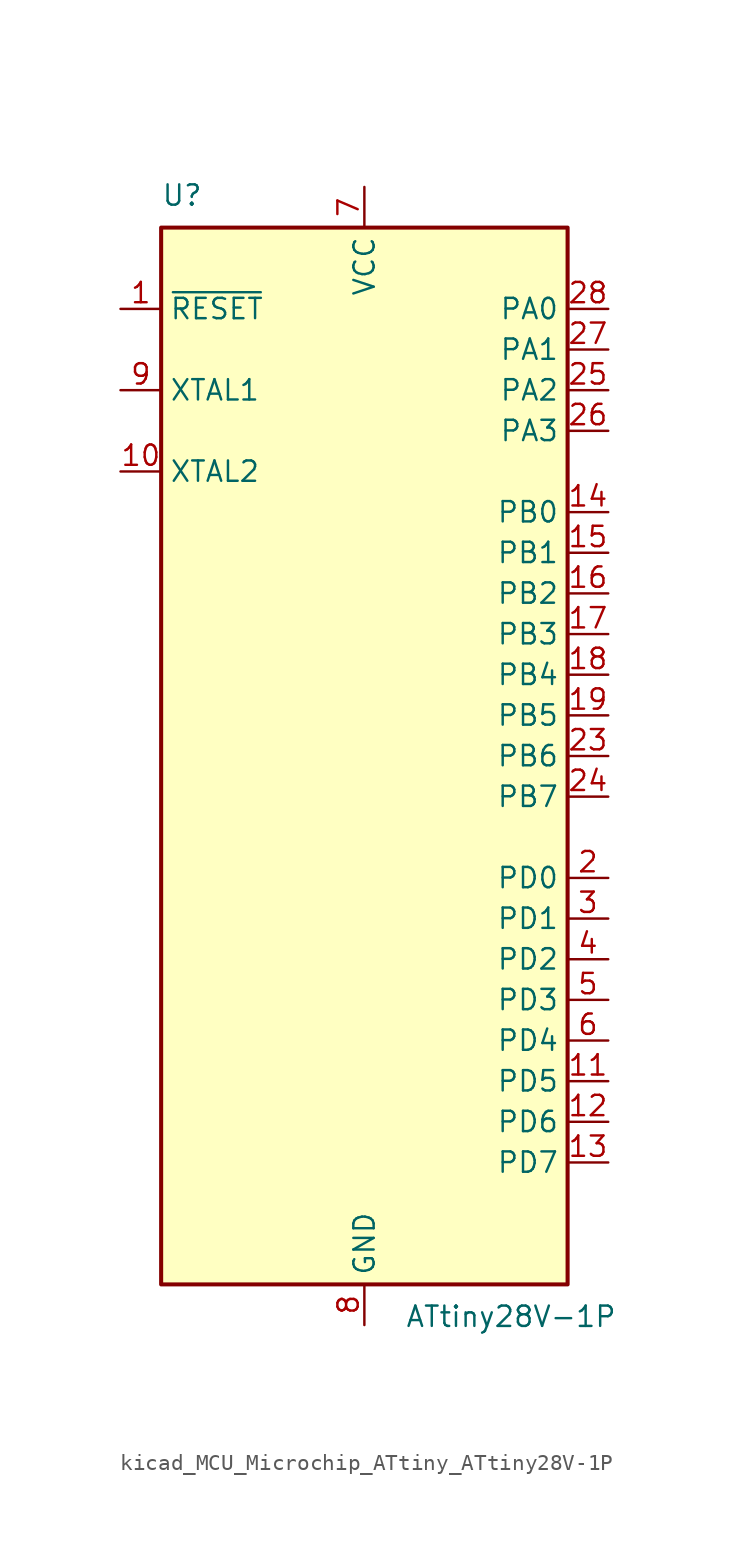
<source format=kicad_sym>
(kicad_symbol_lib
  (version 20220914)
  (generator kicad_symbol_editor)
  (symbol "kicad_MCU_Microchip_ATtiny_ATtiny28V-1P"
    (property "Reference" "U"
      (at -12.7 34.29 0)
      (effects (font (size 1.27 1.27)) (justify left bottom)))
    (property "Value" "ATtiny28V-1P"
      (at 2.54 -34.29 0)
      (effects (font (size 1.27 1.27)) (justify left top)))
    (symbol "kicad_MCU_Microchip_ATtiny_ATtiny28V-1P_0_1"
      (rectangle (start -12.7 -33.02) (end 12.7 33.02) (stroke (width 0.254) (type default)) (fill (type background))))
    (symbol "kicad_MCU_Microchip_ATtiny_ATtiny28V-1P_1_1"
      (pin input line (at -15.24 27.94 0) (length 2.54) (name "~{RESET}" (effects (font (size 1.27 1.27)))) (number "1" (effects (font (size 1.27 1.27)))))
      (pin output line (at -15.24 17.78 0) (length 2.54) (name "XTAL2" (effects (font (size 1.27 1.27)))) (number "10" (effects (font (size 1.27 1.27)))))
      (pin bidirectional line (at 15.24 -20.32 180) (length 2.54) (name "PD5" (effects (font (size 1.27 1.27)))) (number "11" (effects (font (size 1.27 1.27)))))
      (pin bidirectional line (at 15.24 -22.86 180) (length 2.54) (name "PD6" (effects (font (size 1.27 1.27)))) (number "12" (effects (font (size 1.27 1.27)))))
      (pin bidirectional line (at 15.24 -25.4 180) (length 2.54) (name "PD7" (effects (font (size 1.27 1.27)))) (number "13" (effects (font (size 1.27 1.27)))))
      (pin bidirectional line (at 15.24 15.24 180) (length 2.54) (name "PB0" (effects (font (size 1.27 1.27)))) (number "14" (effects (font (size 1.27 1.27)))))
      (pin bidirectional line (at 15.24 12.7 180) (length 2.54) (name "PB1" (effects (font (size 1.27 1.27)))) (number "15" (effects (font (size 1.27 1.27)))))
      (pin bidirectional line (at 15.24 10.16 180) (length 2.54) (name "PB2" (effects (font (size 1.27 1.27)))) (number "16" (effects (font (size 1.27 1.27)))))
      (pin bidirectional line (at 15.24 7.62 180) (length 2.54) (name "PB3" (effects (font (size 1.27 1.27)))) (number "17" (effects (font (size 1.27 1.27)))))
      (pin bidirectional line (at 15.24 5.08 180) (length 2.54) (name "PB4" (effects (font (size 1.27 1.27)))) (number "18" (effects (font (size 1.27 1.27)))))
      (pin bidirectional line (at 15.24 2.54 180) (length 2.54) (name "PB5" (effects (font (size 1.27 1.27)))) (number "19" (effects (font (size 1.27 1.27)))))
      (pin bidirectional line (at 15.24 -7.62 180) (length 2.54) (name "PD0" (effects (font (size 1.27 1.27)))) (number "2" (effects (font (size 1.27 1.27)))))
      (pin passive line (at 0 35.56 270) (length 2.54) hide (name "VCC" (effects (font (size 1.27 1.27)))) (number "20" (effects (font (size 1.27 1.27)))))
      (pin no_connect line (at -12.7 -30.48 0) (length 2.54) hide (name "NC" (effects (font (size 1.27 1.27)))) (number "21" (effects (font (size 1.27 1.27)))))
      (pin passive line (at 0 -35.56 90) (length 2.54) hide (name "GND" (effects (font (size 1.27 1.27)))) (number "22" (effects (font (size 1.27 1.27)))))
      (pin bidirectional line (at 15.24 0 180) (length 2.54) (name "PB6" (effects (font (size 1.27 1.27)))) (number "23" (effects (font (size 1.27 1.27)))))
      (pin bidirectional line (at 15.24 -2.54 180) (length 2.54) (name "PB7" (effects (font (size 1.27 1.27)))) (number "24" (effects (font (size 1.27 1.27)))))
      (pin bidirectional line (at 15.24 22.86 180) (length 2.54) (name "PA2" (effects (font (size 1.27 1.27)))) (number "25" (effects (font (size 1.27 1.27)))))
      (pin bidirectional line (at 15.24 20.32 180) (length 2.54) (name "PA3" (effects (font (size 1.27 1.27)))) (number "26" (effects (font (size 1.27 1.27)))))
      (pin bidirectional line (at 15.24 25.4 180) (length 2.54) (name "PA1" (effects (font (size 1.27 1.27)))) (number "27" (effects (font (size 1.27 1.27)))))
      (pin bidirectional line (at 15.24 27.94 180) (length 2.54) (name "PA0" (effects (font (size 1.27 1.27)))) (number "28" (effects (font (size 1.27 1.27)))))
      (pin bidirectional line (at 15.24 -10.16 180) (length 2.54) (name "PD1" (effects (font (size 1.27 1.27)))) (number "3" (effects (font (size 1.27 1.27)))))
      (pin bidirectional line (at 15.24 -12.7 180) (length 2.54) (name "PD2" (effects (font (size 1.27 1.27)))) (number "4" (effects (font (size 1.27 1.27)))))
      (pin bidirectional line (at 15.24 -15.24 180) (length 2.54) (name "PD3" (effects (font (size 1.27 1.27)))) (number "5" (effects (font (size 1.27 1.27)))))
      (pin bidirectional line (at 15.24 -17.78 180) (length 2.54) (name "PD4" (effects (font (size 1.27 1.27)))) (number "6" (effects (font (size 1.27 1.27)))))
      (pin power_in line (at 0 35.56 270) (length 2.54) (name "VCC" (effects (font (size 1.27 1.27)))) (number "7" (effects (font (size 1.27 1.27)))))
      (pin power_in line (at 0 -35.56 90) (length 2.54) (name "GND" (effects (font (size 1.27 1.27)))) (number "8" (effects (font (size 1.27 1.27)))))
      (pin input line (at -15.24 22.86 0) (length 2.54) (name "XTAL1" (effects (font (size 1.27 1.27)))) (number "9" (effects (font (size 1.27 1.27))))))))
</source>
